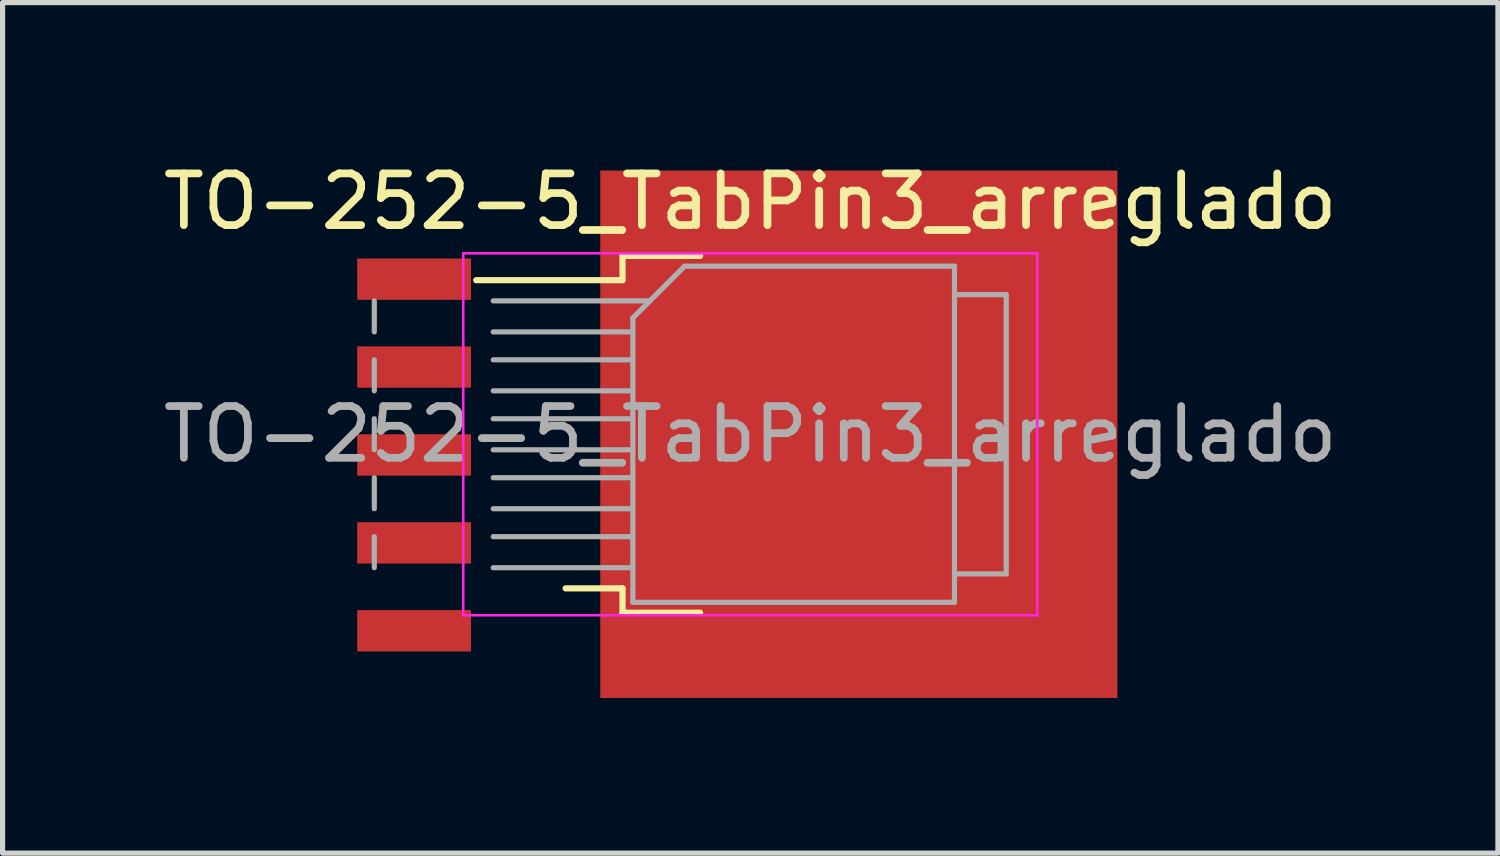
<source format=kicad_pcb>
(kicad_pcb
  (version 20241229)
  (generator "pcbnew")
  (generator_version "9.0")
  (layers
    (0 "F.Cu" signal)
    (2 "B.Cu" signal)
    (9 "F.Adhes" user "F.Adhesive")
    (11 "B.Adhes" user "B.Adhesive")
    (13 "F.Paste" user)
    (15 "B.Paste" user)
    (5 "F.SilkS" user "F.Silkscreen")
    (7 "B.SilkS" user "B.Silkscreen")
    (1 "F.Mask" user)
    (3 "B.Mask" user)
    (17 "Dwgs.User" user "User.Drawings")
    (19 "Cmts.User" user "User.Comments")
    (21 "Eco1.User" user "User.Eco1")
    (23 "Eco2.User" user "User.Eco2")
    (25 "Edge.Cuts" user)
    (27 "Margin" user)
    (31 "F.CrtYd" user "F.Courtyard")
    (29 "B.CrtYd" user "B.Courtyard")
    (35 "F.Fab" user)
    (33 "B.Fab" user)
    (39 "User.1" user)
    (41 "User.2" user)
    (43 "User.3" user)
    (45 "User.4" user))
  (footprint "TO-252-5_TabPin3_arreglado"
    (layer "F.Cu")
    (at 11.458 5.348)
    (property "Reference" "TO-252-5_TabPin3_arreglado" (at 0 -4.5 0) (layer "F.SilkS") (effects (font (size 1 1) (thickness 0.15))))
    (attr smd)
    (fp_line (start -2.47 -3.45) (end -2.47 -2.98) (stroke (width 0.12) (type solid)) (layer "F.SilkS"))
    (fp_line (start -2.47 -2.98) (end -5.3 -2.98) (stroke (width 0.12) (type solid)) (layer "F.SilkS"))
    (fp_line (start -2.47 2.98) (end -3.57 2.98) (stroke (width 0.12) (type solid)) (layer "F.SilkS"))
    (fp_line (start -2.47 3.45) (end -2.47 2.98) (stroke (width 0.12) (type solid)) (layer "F.SilkS"))
    (fp_line (start -0.97 -3.45) (end -2.47 -3.45) (stroke (width 0.12) (type solid)) (layer "F.SilkS"))
    (fp_line (start -0.97 3.45) (end -2.47 3.45) (stroke (width 0.12) (type solid)) (layer "F.SilkS"))
    (fp_line (start -5.55 -3.5) (end -5.55 3.5) (stroke (width 0.05) (type solid)) (layer "F.CrtYd"))
    (fp_line (start -5.55 3.5) (end 5.55 3.5) (stroke (width 0.05) (type solid)) (layer "F.CrtYd"))
    (fp_line (start 5.55 -3.5) (end -5.55 -3.5) (stroke (width 0.05) (type solid)) (layer "F.CrtYd"))
    (fp_line (start 5.55 3.5) (end 5.55 -3.5) (stroke (width 0.05) (type solid)) (layer "F.CrtYd"))
    (fp_line (start -7.27 -2.58) (end -7.27 -1.98) (stroke (width 0.1) (type solid)) (layer "F.Fab"))
    (fp_line (start -7.27 -1.44) (end -7.27 -0.84) (stroke (width 0.1) (type solid)) (layer "F.Fab"))
    (fp_line (start -7.27 -0.3) (end -7.27 0.3) (stroke (width 0.1) (type solid)) (layer "F.Fab"))
    (fp_line (start -7.27 0.84) (end -7.27 1.44) (stroke (width 0.1) (type solid)) (layer "F.Fab"))
    (fp_line (start -7.27 1.98) (end -7.27 2.58) (stroke (width 0.1) (type solid)) (layer "F.Fab"))
    (fp_line (start -4.97 -1.98) (end -2.27 -1.98) (stroke (width 0.1) (type solid)) (layer "F.Fab"))
    (fp_line (start -4.97 -0.84) (end -2.27 -0.84) (stroke (width 0.1) (type solid)) (layer "F.Fab"))
    (fp_line (start -4.97 0.3) (end -2.27 0.3) (stroke (width 0.1) (type solid)) (layer "F.Fab"))
    (fp_line (start -4.97 1.44) (end -2.27 1.44) (stroke (width 0.1) (type solid)) (layer "F.Fab"))
    (fp_line (start -4.97 2.58) (end -2.27 2.58) (stroke (width 0.1) (type solid)) (layer "F.Fab"))
    (fp_line (start -2.27 -2.25) (end -1.27 -3.25) (stroke (width 0.1) (type solid)) (layer "F.Fab"))
    (fp_line (start -2.27 -1.44) (end -4.97 -1.44) (stroke (width 0.1) (type solid)) (layer "F.Fab"))
    (fp_line (start -2.27 -0.3) (end -4.97 -0.3) (stroke (width 0.1) (type solid)) (layer "F.Fab"))
    (fp_line (start -2.27 0.84) (end -4.97 0.84) (stroke (width 0.1) (type solid)) (layer "F.Fab"))
    (fp_line (start -2.27 1.98) (end -4.97 1.98) (stroke (width 0.1) (type solid)) (layer "F.Fab"))
    (fp_line (start -2.27 3.25) (end -2.27 -2.25) (stroke (width 0.1) (type solid)) (layer "F.Fab"))
    (fp_line (start -1.94 -2.58) (end -4.97 -2.58) (stroke (width 0.1) (type solid)) (layer "F.Fab"))
    (fp_line (start -1.27 -3.25) (end 3.95 -3.25) (stroke (width 0.1) (type solid)) (layer "F.Fab"))
    (fp_line (start 3.95 -3.25) (end 3.95 3.25) (stroke (width 0.1) (type solid)) (layer "F.Fab"))
    (fp_line (start 3.95 -2.7) (end 4.95 -2.7) (stroke (width 0.1) (type solid)) (layer "F.Fab"))
    (fp_line (start 3.95 3.25) (end -2.27 3.25) (stroke (width 0.1) (type solid)) (layer "F.Fab"))
    (fp_line (start 4.95 -2.7) (end 4.95 2.7) (stroke (width 0.1) (type solid)) (layer "F.Fab"))
    (fp_line (start 4.95 2.7) (end 3.95 2.7) (stroke (width 0.1) (type solid)) (layer "F.Fab"))
    (fp_text user "${REFERENCE}" (at 0 0 0) (layer "F.Fab") (effects (font (size 1 1) (thickness 0.15))))
    (pad "" smd rect (at 0.425 -1.525) (size 3.05 2.75) (layers "F.Paste"))
    (pad "" smd rect (at 0.425 1.525) (size 3.05 2.75) (layers "F.Paste"))
    (pad "" smd rect (at 3.775 -1.525) (size 3.05 2.75) (layers "F.Paste"))
    (pad "" smd rect (at 3.775 1.525) (size 3.05 2.75) (layers "F.Paste"))
    (pad "1" smd rect (at -6.5 -3) (size 2.2 0.8) (layers "F.Cu" "F.Mask" "F.Paste"))
    (pad "2" smd rect (at -6.5 -1.3) (size 2.2 0.8) (layers "F.Cu" "F.Mask" "F.Paste"))
    (pad "3" smd rect (at -6.5 0.4) (size 2.2 0.8) (layers "F.Cu" "F.Mask" "F.Paste"))
    (pad "3" smd rect (at 2.1 0) (size 10 10.2) (layers "F.Cu" "F.Mask"))
    (pad "4" smd rect (at -6.5 2.1) (size 2.2 0.8) (layers "F.Cu" "F.Mask" "F.Paste"))
    (pad "5" smd rect (at -6.5 3.8) (size 2.2 0.8) (layers "F.Cu" "F.Mask" "F.Paste")))
  (gr_rect
    (start -3 -3)
    (end 25.917 13.448)
    (stroke (width 0.1) (type default))
    (fill no)
    (layer "Edge.Cuts")))
</source>
